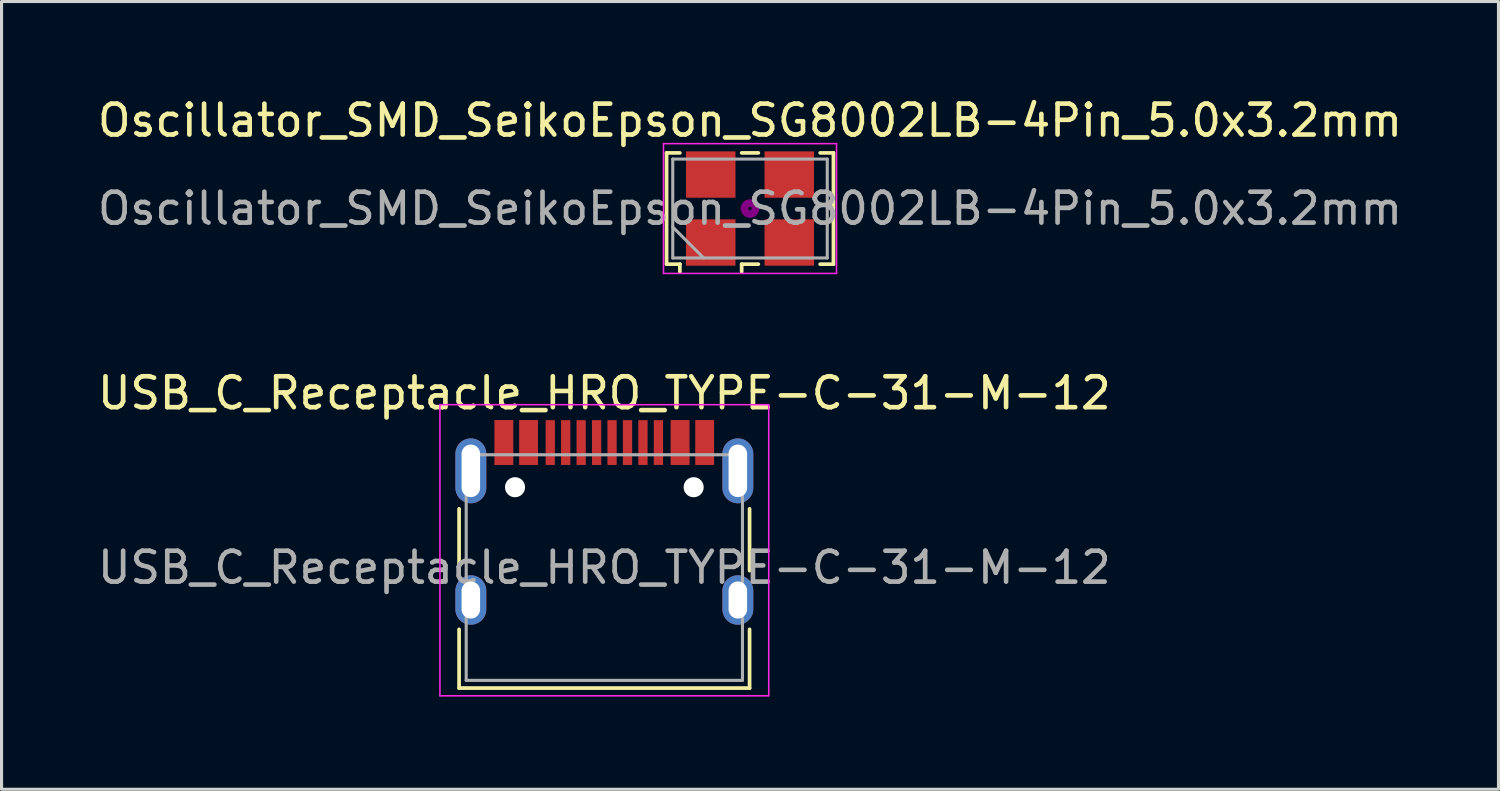
<source format=kicad_pcb>
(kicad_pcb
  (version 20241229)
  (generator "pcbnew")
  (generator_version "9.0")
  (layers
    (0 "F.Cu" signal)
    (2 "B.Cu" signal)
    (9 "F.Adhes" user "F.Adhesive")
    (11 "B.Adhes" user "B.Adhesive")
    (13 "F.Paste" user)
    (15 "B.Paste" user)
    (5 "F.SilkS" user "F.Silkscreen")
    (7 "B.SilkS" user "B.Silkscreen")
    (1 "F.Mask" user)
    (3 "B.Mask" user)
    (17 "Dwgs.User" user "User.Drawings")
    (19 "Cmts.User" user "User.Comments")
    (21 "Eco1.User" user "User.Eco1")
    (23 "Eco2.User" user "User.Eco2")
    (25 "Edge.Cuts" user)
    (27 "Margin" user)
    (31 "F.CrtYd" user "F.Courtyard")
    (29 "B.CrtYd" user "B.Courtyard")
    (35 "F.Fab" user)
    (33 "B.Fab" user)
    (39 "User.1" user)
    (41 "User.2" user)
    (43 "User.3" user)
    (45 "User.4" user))
  (footprint "Oscillator_SMD_SeikoEpson_SG8002LB-4Pin_5.0x3.2mm"
    (layer "F.Cu")
    (at 21.22 3.698)
    (property "Reference" "Oscillator_SMD_SeikoEpson_SG8002LB-4Pin_5.0x3.2mm" (at 0 -2.85 0) (layer "F.SilkS") (effects (font (size 1 1) (thickness 0.15))))
    (attr smd)
    (fp_line (start -2.7 -1.8) (end -2.27 -1.8) (stroke (width 0.12) (type solid)) (layer "F.SilkS"))
    (fp_line (start -2.7 1.8) (end -2.7 -1.8) (stroke (width 0.12) (type solid)) (layer "F.SilkS"))
    (fp_line (start -2.27 1.8) (end -2.7 1.8) (stroke (width 0.12) (type solid)) (layer "F.SilkS"))
    (fp_line (start -2.27 2.05) (end -2.27 1.8) (stroke (width 0.12) (type solid)) (layer "F.SilkS"))
    (fp_line (start -0.27 -1.8) (end 0.27 -1.8) (stroke (width 0.12) (type solid)) (layer "F.SilkS"))
    (fp_line (start -0.27 1.8) (end -0.27 2.05) (stroke (width 0.12) (type solid)) (layer "F.SilkS"))
    (fp_line (start 0.27 1.8) (end -0.27 1.8) (stroke (width 0.12) (type solid)) (layer "F.SilkS"))
    (fp_line (start 2.27 -1.8) (end 2.7 -1.8) (stroke (width 0.12) (type solid)) (layer "F.SilkS"))
    (fp_line (start 2.7 -1.8) (end 2.7 1.8) (stroke (width 0.12) (type solid)) (layer "F.SilkS"))
    (fp_line (start 2.7 1.8) (end 2.27 1.8) (stroke (width 0.12) (type solid)) (layer "F.SilkS"))
    (fp_circle (center 0 0) (end 0.058 0) (stroke (width 0.117) (type solid)) (fill no) (layer "F.Adhes"))
    (fp_circle (center 0 0) (end 0.133 0) (stroke (width 0.083) (type solid)) (fill no) (layer "F.Adhes"))
    (fp_circle (center 0 0) (end 0.208 0) (stroke (width 0.083) (type solid)) (fill no) (layer "F.Adhes"))
    (fp_circle (center 0 0) (end 0.25 0) (stroke (width 0.1) (type solid)) (fill no) (layer "F.Adhes"))
    (fp_line (start -2.8 -2.1) (end -2.8 2.1) (stroke (width 0.05) (type solid)) (layer "F.CrtYd"))
    (fp_line (start -2.8 2.1) (end 2.8 2.1) (stroke (width 0.05) (type solid)) (layer "F.CrtYd"))
    (fp_line (start 2.8 -2.1) (end -2.8 -2.1) (stroke (width 0.05) (type solid)) (layer "F.CrtYd"))
    (fp_line (start 2.8 2.1) (end 2.8 -2.1) (stroke (width 0.05) (type solid)) (layer "F.CrtYd"))
    (fp_line (start -2.5 -1.6) (end -2.5 1.6) (stroke (width 0.1) (type solid)) (layer "F.Fab"))
    (fp_line (start -2.5 0.6) (end -1.5 1.6) (stroke (width 0.1) (type solid)) (layer "F.Fab"))
    (fp_line (start -2.5 1.6) (end 2.5 1.6) (stroke (width 0.1) (type solid)) (layer "F.Fab"))
    (fp_line (start 2.5 -1.6) (end -2.5 -1.6) (stroke (width 0.1) (type solid)) (layer "F.Fab"))
    (fp_line (start 2.5 1.6) (end 2.5 -1.6) (stroke (width 0.1) (type solid)) (layer "F.Fab"))
    (fp_text user "${REFERENCE}" (at 0 0 0) (layer "F.Fab") (effects (font (size 1 1) (thickness 0.15))))
    (pad "1" smd rect (at -1.27 1.1) (size 1.6 1.5) (layers "F.Cu" "F.Mask" "F.Paste"))
    (pad "2" smd rect (at 1.27 1.1) (size 1.6 1.5) (layers "F.Cu" "F.Mask" "F.Paste"))
    (pad "3" smd rect (at 1.27 -1.1) (size 1.6 1.5) (layers "F.Cu" "F.Mask" "F.Paste"))
    (pad "4" smd rect (at -1.27 -1.1) (size 1.6 1.5) (layers "F.Cu" "F.Mask" "F.Paste")))
  (footprint "USB_C_Receptacle_HRO_TYPE-C-31-M-12"
    (layer "F.Cu")
    (at 16.506 15.316)
    (property "Reference" "USB_C_Receptacle_HRO_TYPE-C-31-M-12" (at 0 -5.645 0) (layer "F.SilkS") (effects (font (size 1 1) (thickness 0.15))))
    (attr smd)
    (fp_line (start -4.7 -1.9) (end -4.7 0.1) (stroke (width 0.12) (type solid)) (layer "F.SilkS"))
    (fp_line (start -4.7 2) (end -4.7 3.9) (stroke (width 0.12) (type solid)) (layer "F.SilkS"))
    (fp_line (start -4.7 3.9) (end 4.7 3.9) (stroke (width 0.12) (type solid)) (layer "F.SilkS"))
    (fp_line (start 4.7 -1.9) (end 4.7 0.1) (stroke (width 0.12) (type solid)) (layer "F.SilkS"))
    (fp_line (start 4.7 2) (end 4.7 3.9) (stroke (width 0.12) (type solid)) (layer "F.SilkS"))
    (fp_line (start -5.32 -5.27) (end -5.32 4.15) (stroke (width 0.05) (type solid)) (layer "F.CrtYd"))
    (fp_line (start -5.32 -5.27) (end 5.32 -5.27) (stroke (width 0.05) (type solid)) (layer "F.CrtYd"))
    (fp_line (start -5.32 4.15) (end 5.32 4.15) (stroke (width 0.05) (type solid)) (layer "F.CrtYd"))
    (fp_line (start 5.32 -5.27) (end 5.32 4.15) (stroke (width 0.05) (type solid)) (layer "F.CrtYd"))
    (fp_line (start -4.47 -3.65) (end -4.47 3.65) (stroke (width 0.1) (type solid)) (layer "F.Fab"))
    (fp_line (start -4.47 -3.65) (end 4.47 -3.65) (stroke (width 0.1) (type solid)) (layer "F.Fab"))
    (fp_line (start -4.47 3.65) (end 4.47 3.65) (stroke (width 0.1) (type solid)) (layer "F.Fab"))
    (fp_line (start 4.47 -3.65) (end 4.47 3.65) (stroke (width 0.1) (type solid)) (layer "F.Fab"))
    (fp_text user "${REFERENCE}" (at 0 0 0) (layer "F.Fab") (effects (font (size 1 1) (thickness 0.15))))
    (pad "" smd rect (at -4.82 -3.13) (size 1 2.1) (layers "F.Paste"))
    (pad "" smd rect (at -4.82 1.05) (size 1 1.6) (layers "F.Paste"))
    (pad "" smd oval (at -4.32 -3.13) (size 1 2.1) (layers "F.Paste"))
    (pad "" smd oval (at -4.32 1.05) (size 1 1.6) (layers "F.Paste"))
    (pad "" np_thru_hole circle (at -2.89 -2.6) (size 0.65 0.65) (drill 0.65) (layers "*.Cu" "*.Mask"))
    (pad "" np_thru_hole circle (at 2.89 -2.6) (size 0.65 0.65) (drill 0.65) (layers "*.Cu" "*.Mask"))
    (pad "" smd oval (at 4.32 -3.13) (size 1 2.1) (layers "F.Paste"))
    (pad "" smd oval (at 4.32 1.05) (size 1 1.6) (layers "F.Paste"))
    (pad "" smd rect (at 4.82 -3.13) (size 1 2.1) (layers "F.Paste"))
    (pad "" smd rect (at 4.82 1.05) (size 1 1.6) (layers "F.Paste"))
    (pad "A1" smd rect (at -3.25 -4.045) (size 0.6 1.45) (layers "F.Cu" "F.Mask" "F.Paste"))
    (pad "A4" smd rect (at -2.45 -4.045) (size 0.6 1.45) (layers "F.Cu" "F.Mask" "F.Paste"))
    (pad "A5" smd rect (at -1.25 -4.045) (size 0.3 1.45) (layers "F.Cu" "F.Mask" "F.Paste"))
    (pad "A6" smd rect (at -0.25 -4.045) (size 0.3 1.45) (layers "F.Cu" "F.Mask" "F.Paste"))
    (pad "A7" smd rect (at 0.25 -4.045) (size 0.3 1.45) (layers "F.Cu" "F.Mask" "F.Paste"))
    (pad "A8" smd rect (at 1.25 -4.045) (size 0.3 1.45) (layers "F.Cu" "F.Mask" "F.Paste"))
    (pad "A9" smd rect (at 2.45 -4.045) (size 0.6 1.45) (layers "F.Cu" "F.Mask" "F.Paste"))
    (pad "A12" smd rect (at 3.25 -4.045) (size 0.6 1.45) (layers "F.Cu" "F.Mask" "F.Paste"))
    (pad "B1" smd rect (at 3.25 -4.045) (size 0.6 1.45) (layers "F.Cu" "F.Mask" "F.Paste"))
    (pad "B4" smd rect (at 2.45 -4.045) (size 0.6 1.45) (layers "F.Cu" "F.Mask" "F.Paste"))
    (pad "B5" smd rect (at 1.75 -4.045) (size 0.3 1.45) (layers "F.Cu" "F.Mask" "F.Paste"))
    (pad "B6" smd rect (at 0.75 -4.045) (size 0.3 1.45) (layers "F.Cu" "F.Mask" "F.Paste"))
    (pad "B7" smd rect (at -0.75 -4.045) (size 0.3 1.45) (layers "F.Cu" "F.Mask" "F.Paste"))
    (pad "B8" smd rect (at -1.75 -4.045) (size 0.3 1.45) (layers "F.Cu" "F.Mask" "F.Paste"))
    (pad "B9" smd rect (at -2.45 -4.045) (size 0.6 1.45) (layers "F.Cu" "F.Mask" "F.Paste"))
    (pad "B12" smd rect (at -3.25 -4.045) (size 0.6 1.45) (layers "F.Cu" "F.Mask" "F.Paste"))
    (pad "S1" thru_hole oval (at -4.32 -3.13) (size 1 2.1) (drill oval 0.6 1.7) (layers "*.Cu" "*.Mask"))
    (pad "S1" thru_hole oval (at -4.32 1.05) (size 1 1.6) (drill oval 0.6 1.2) (layers "*.Cu" "*.Mask"))
    (pad "S1" thru_hole oval (at 4.32 -3.13) (size 1 2.1) (drill oval 0.6 1.7) (layers "*.Cu" "*.Mask"))
    (pad "S1" thru_hole oval (at 4.32 1.05) (size 1 1.6) (drill oval 0.6 1.2) (layers "*.Cu" "*.Mask")))
  (gr_rect
    (start -3 -3)
    (end 45.44 22.491)
    (stroke (width 0.1) (type default))
    (fill no)
    (layer "Edge.Cuts")))
</source>
